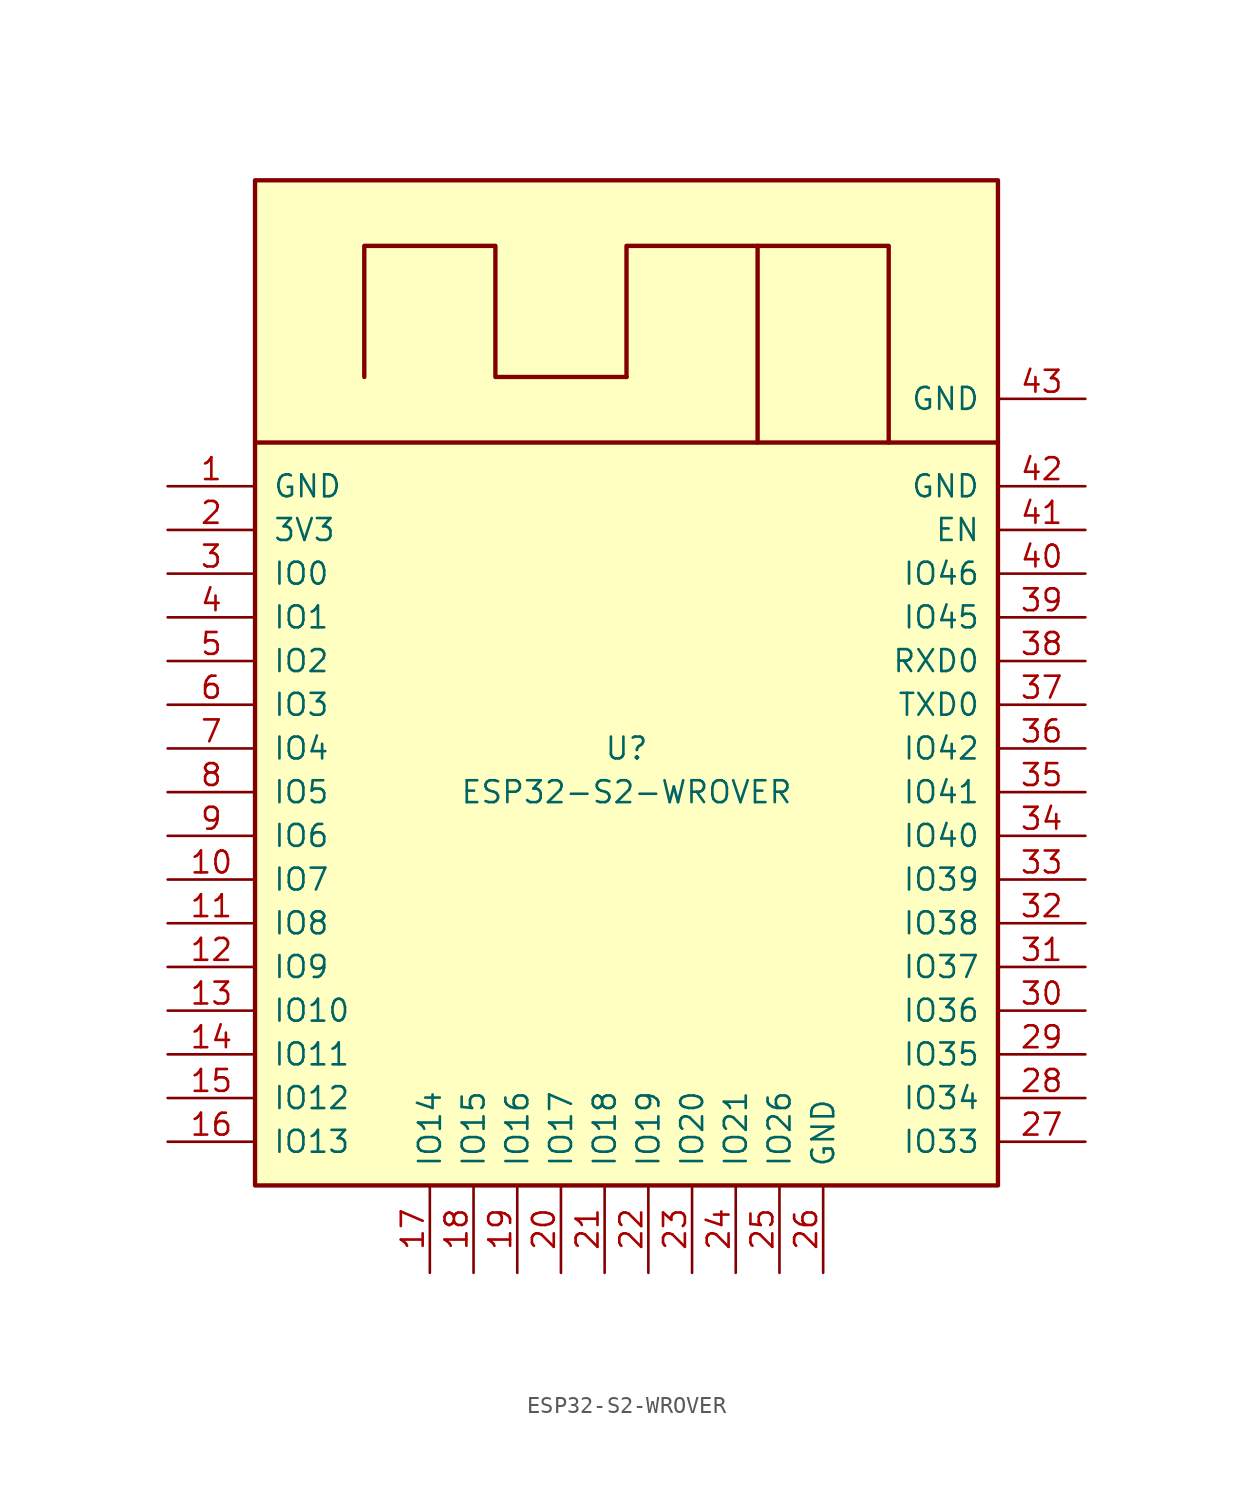
<source format=kicad_sym>
(kicad_symbol_lib
  (version 20211014)
  (generator kicad_symbol_editor)
  (symbol "ESP32-S2-WROVER"
    (pin_names
      (offset 1.016))
    (property "Reference" "U"
      (at 0 1.27 0)
      (effects (font (size 1.27 1.27))))
    (property "Value" "ESP32-S2-WROVER"
      (at 0 -1.27 0)
      (effects (font (size 1.27 1.27))))
    (symbol "ESP32-S2-WROVER_0_0"
      (rectangle (start -21.59 34.29) (end 21.59 -24.13) (stroke (width 0.254) (type default) (color 0 0 0 0)) (fill (type background)))
      (polyline (pts (xy -21.59 19.05) (xy 21.59 19.05)) (stroke (width 0.254) (type default) (color 0 0 0 0)) (fill (type none)))
      (polyline (pts (xy 7.62 30.48) (xy 0 30.48) (xy 0 22.86)) (stroke (width 0.254) (type default) (color 0 0 0 0)) (fill (type none)))
      (polyline (pts (xy 15.24 19.05) (xy 15.24 30.48) (xy 7.62 30.48) (xy 7.62 19.05)) (stroke (width 0.254) (type default) (color 0 0 0 0)) (fill (type none)))
      (polyline (pts (xy 0 22.86) (xy -7.62 22.86) (xy -7.62 30.48) (xy -15.24 30.48) (xy -15.24 22.86)) (stroke (width 0.254) (type default) (color 0 0 0 0)) (fill (type none))))
    (symbol "ESP32-S2-WROVER_1_0"
      (pin passive line (at -26.67 16.51 0) (length 5.08) (name "GND" (effects (font (size 1.27 1.27)))) (number "1" (effects (font (size 1.27 1.27)))))
      (pin unspecified line (at -26.67 -6.35 0) (length 5.08) (name "IO7" (effects (font (size 1.27 1.27)))) (number "10" (effects (font (size 1.27 1.27)))))
      (pin unspecified line (at -26.67 -8.89 0) (length 5.08) (name "IO8" (effects (font (size 1.27 1.27)))) (number "11" (effects (font (size 1.27 1.27)))))
      (pin unspecified line (at -26.67 -11.43 0) (length 5.08) (name "IO9" (effects (font (size 1.27 1.27)))) (number "12" (effects (font (size 1.27 1.27)))))
      (pin unspecified line (at -26.67 -13.97 0) (length 5.08) (name "IO10" (effects (font (size 1.27 1.27)))) (number "13" (effects (font (size 1.27 1.27)))))
      (pin unspecified line (at -26.67 -16.51 0) (length 5.08) (name "IO11" (effects (font (size 1.27 1.27)))) (number "14" (effects (font (size 1.27 1.27)))))
      (pin unspecified line (at -26.67 -19.05 0) (length 5.08) (name "IO12" (effects (font (size 1.27 1.27)))) (number "15" (effects (font (size 1.27 1.27)))))
      (pin unspecified line (at -26.67 -21.59 0) (length 5.08) (name "IO13" (effects (font (size 1.27 1.27)))) (number "16" (effects (font (size 1.27 1.27)))))
      (pin unspecified line (at -11.43 -29.21 90) (length 5.08) (name "IO14" (effects (font (size 1.27 1.27)))) (number "17" (effects (font (size 1.27 1.27)))))
      (pin unspecified line (at -8.89 -29.21 90) (length 5.08) (name "IO15" (effects (font (size 1.27 1.27)))) (number "18" (effects (font (size 1.27 1.27)))))
      (pin unspecified line (at -6.35 -29.21 90) (length 5.08) (name "IO16" (effects (font (size 1.27 1.27)))) (number "19" (effects (font (size 1.27 1.27)))))
      (pin unspecified line (at -26.67 13.97 0) (length 5.08) (name "3V3" (effects (font (size 1.27 1.27)))) (number "2" (effects (font (size 1.27 1.27)))))
      (pin unspecified line (at -3.81 -29.21 90) (length 5.08) (name "IO17" (effects (font (size 1.27 1.27)))) (number "20" (effects (font (size 1.27 1.27)))))
      (pin unspecified line (at -1.27 -29.21 90) (length 5.08) (name "IO18" (effects (font (size 1.27 1.27)))) (number "21" (effects (font (size 1.27 1.27)))))
      (pin unspecified line (at 1.27 -29.21 90) (length 5.08) (name "IO19" (effects (font (size 1.27 1.27)))) (number "22" (effects (font (size 1.27 1.27)))))
      (pin unspecified line (at 3.81 -29.21 90) (length 5.08) (name "IO20" (effects (font (size 1.27 1.27)))) (number "23" (effects (font (size 1.27 1.27)))))
      (pin unspecified line (at 6.35 -29.21 90) (length 5.08) (name "IO21" (effects (font (size 1.27 1.27)))) (number "24" (effects (font (size 1.27 1.27)))))
      (pin unspecified line (at 8.89 -29.21 90) (length 5.08) (name "IO26" (effects (font (size 1.27 1.27)))) (number "25" (effects (font (size 1.27 1.27)))))
      (pin unspecified line (at 11.43 -29.21 90) (length 5.08) (name "GND" (effects (font (size 1.27 1.27)))) (number "26" (effects (font (size 1.27 1.27)))))
      (pin unspecified line (at 26.67 -21.59 180) (length 5.08) (name "IO33" (effects (font (size 1.27 1.27)))) (number "27" (effects (font (size 1.27 1.27)))))
      (pin unspecified line (at 26.67 -19.05 180) (length 5.08) (name "IO34" (effects (font (size 1.27 1.27)))) (number "28" (effects (font (size 1.27 1.27)))))
      (pin unspecified line (at 26.67 -16.51 180) (length 5.08) (name "IO35" (effects (font (size 1.27 1.27)))) (number "29" (effects (font (size 1.27 1.27)))))
      (pin unspecified line (at -26.67 11.43 0) (length 5.08) (name "IO0" (effects (font (size 1.27 1.27)))) (number "3" (effects (font (size 1.27 1.27)))))
      (pin unspecified line (at 26.67 -13.97 180) (length 5.08) (name "IO36" (effects (font (size 1.27 1.27)))) (number "30" (effects (font (size 1.27 1.27)))))
      (pin unspecified line (at 26.67 -11.43 180) (length 5.08) (name "IO37" (effects (font (size 1.27 1.27)))) (number "31" (effects (font (size 1.27 1.27)))))
      (pin unspecified line (at 26.67 -8.89 180) (length 5.08) (name "IO38" (effects (font (size 1.27 1.27)))) (number "32" (effects (font (size 1.27 1.27)))))
      (pin unspecified line (at 26.67 -6.35 180) (length 5.08) (name "IO39" (effects (font (size 1.27 1.27)))) (number "33" (effects (font (size 1.27 1.27)))))
      (pin unspecified line (at 26.67 -3.81 180) (length 5.08) (name "IO40" (effects (font (size 1.27 1.27)))) (number "34" (effects (font (size 1.27 1.27)))))
      (pin unspecified line (at 26.67 -1.27 180) (length 5.08) (name "IO41" (effects (font (size 1.27 1.27)))) (number "35" (effects (font (size 1.27 1.27)))))
      (pin unspecified line (at 26.67 1.27 180) (length 5.08) (name "IO42" (effects (font (size 1.27 1.27)))) (number "36" (effects (font (size 1.27 1.27)))))
      (pin unspecified line (at 26.67 3.81 180) (length 5.08) (name "TXD0" (effects (font (size 1.27 1.27)))) (number "37" (effects (font (size 1.27 1.27)))))
      (pin unspecified line (at 26.67 6.35 180) (length 5.08) (name "RXD0" (effects (font (size 1.27 1.27)))) (number "38" (effects (font (size 1.27 1.27)))))
      (pin unspecified line (at 26.67 8.89 180) (length 5.08) (name "IO45" (effects (font (size 1.27 1.27)))) (number "39" (effects (font (size 1.27 1.27)))))
      (pin unspecified line (at -26.67 8.89 0) (length 5.08) (name "IO1" (effects (font (size 1.27 1.27)))) (number "4" (effects (font (size 1.27 1.27)))))
      (pin unspecified line (at 26.67 11.43 180) (length 5.08) (name "IO46" (effects (font (size 1.27 1.27)))) (number "40" (effects (font (size 1.27 1.27)))))
      (pin unspecified line (at 26.67 13.97 180) (length 5.08) (name "EN" (effects (font (size 1.27 1.27)))) (number "41" (effects (font (size 1.27 1.27)))))
      (pin unspecified line (at 26.67 16.51 180) (length 5.08) (name "GND" (effects (font (size 1.27 1.27)))) (number "42" (effects (font (size 1.27 1.27)))))
      (pin unspecified line (at 26.67 21.59 180) (length 5.08) (name "GND" (effects (font (size 1.27 1.27)))) (number "43" (effects (font (size 1.27 1.27)))))
      (pin unspecified line (at -26.67 6.35 0) (length 5.08) (name "IO2" (effects (font (size 1.27 1.27)))) (number "5" (effects (font (size 1.27 1.27)))))
      (pin unspecified line (at -26.67 3.81 0) (length 5.08) (name "IO3" (effects (font (size 1.27 1.27)))) (number "6" (effects (font (size 1.27 1.27)))))
      (pin unspecified line (at -26.67 1.27 0) (length 5.08) (name "IO4" (effects (font (size 1.27 1.27)))) (number "7" (effects (font (size 1.27 1.27)))))
      (pin unspecified line (at -26.67 -1.27 0) (length 5.08) (name "IO5" (effects (font (size 1.27 1.27)))) (number "8" (effects (font (size 1.27 1.27)))))
      (pin unspecified line (at -26.67 -3.81 0) (length 5.08) (name "IO6" (effects (font (size 1.27 1.27)))) (number "9" (effects (font (size 1.27 1.27))))))))
</source>
